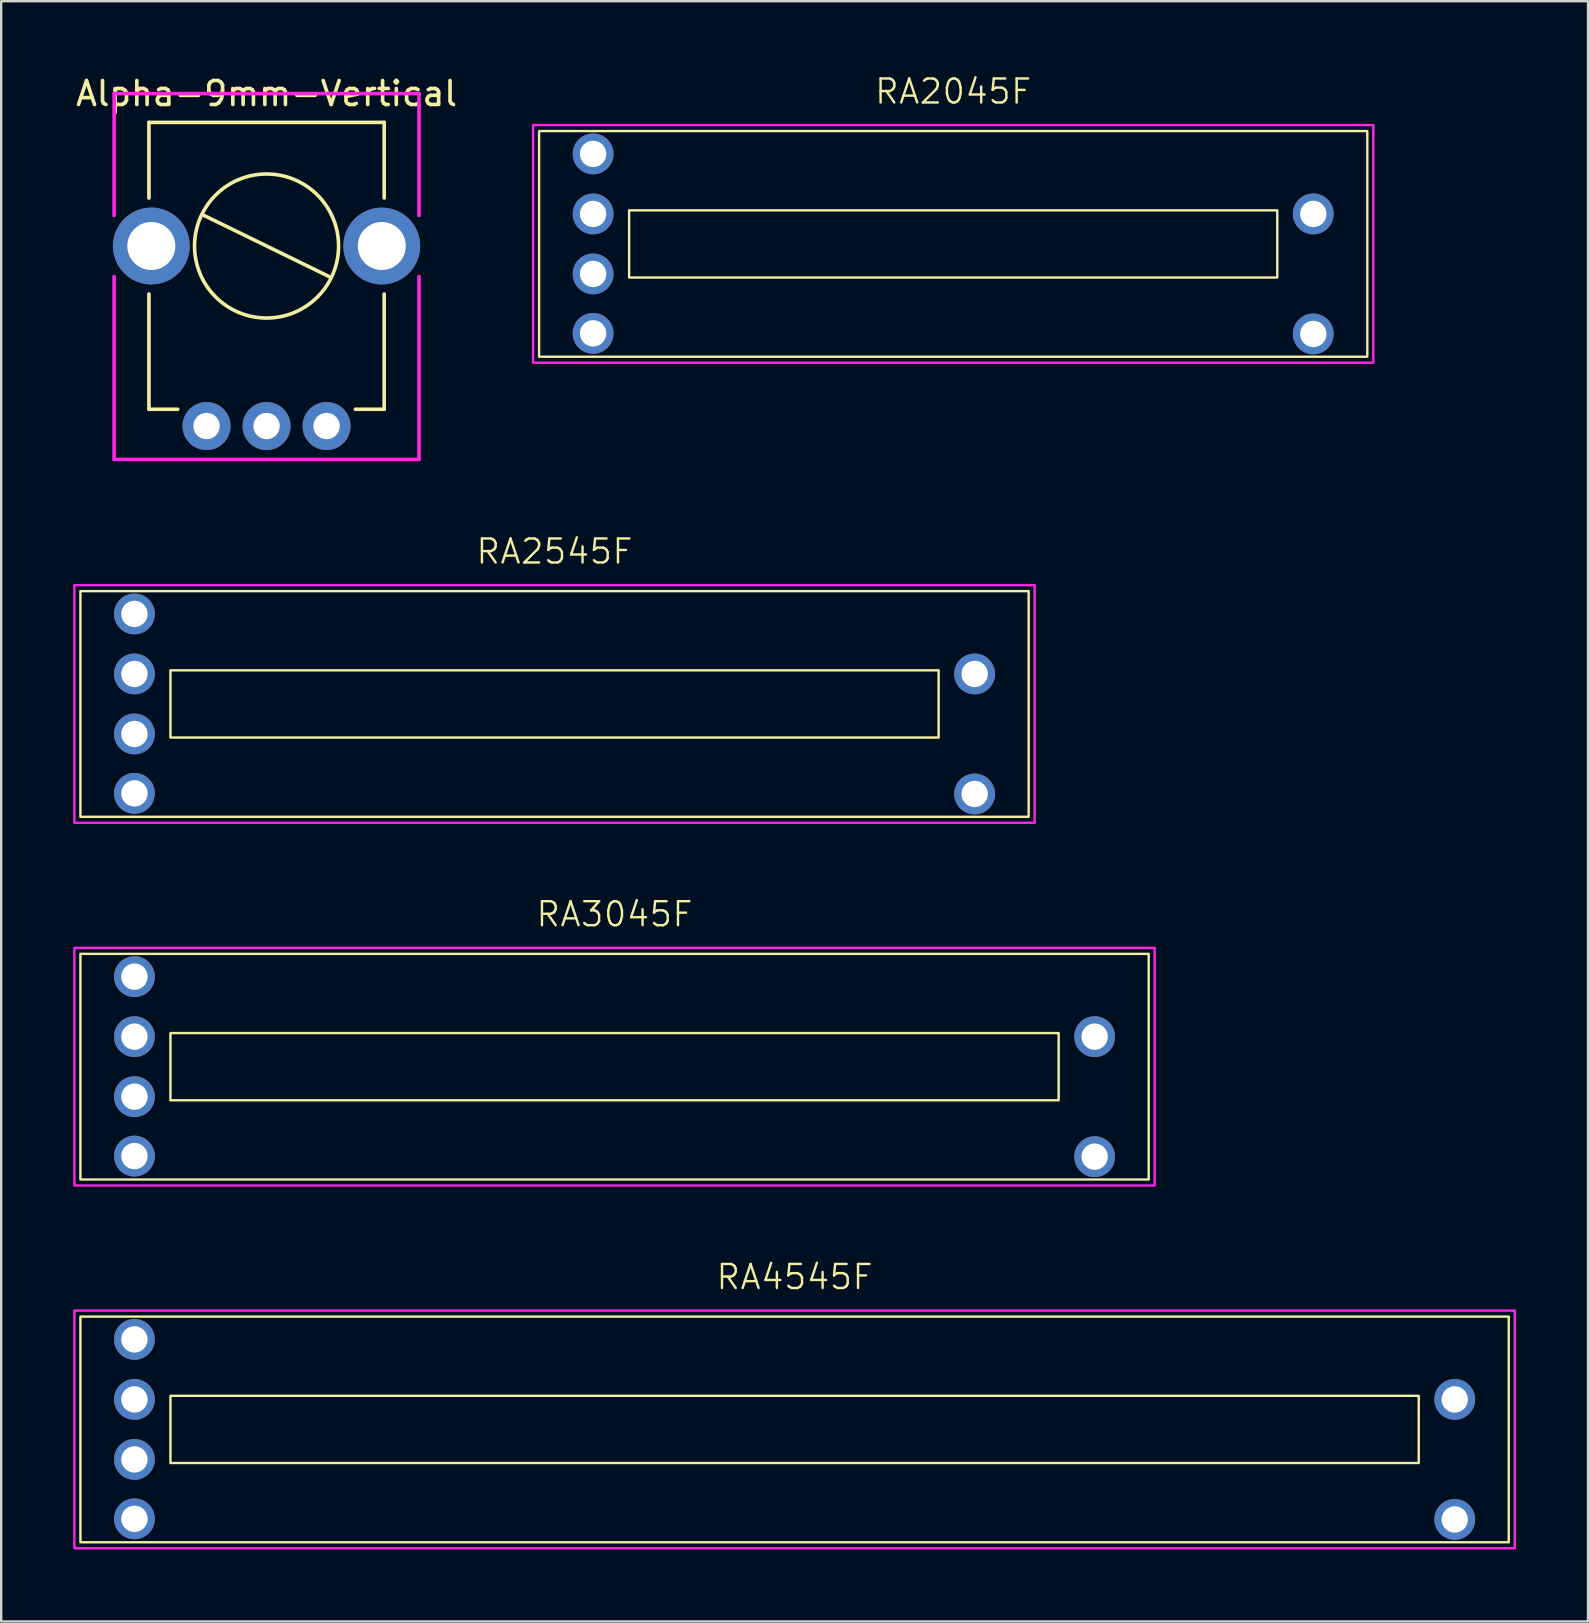
<source format=kicad_pcb>
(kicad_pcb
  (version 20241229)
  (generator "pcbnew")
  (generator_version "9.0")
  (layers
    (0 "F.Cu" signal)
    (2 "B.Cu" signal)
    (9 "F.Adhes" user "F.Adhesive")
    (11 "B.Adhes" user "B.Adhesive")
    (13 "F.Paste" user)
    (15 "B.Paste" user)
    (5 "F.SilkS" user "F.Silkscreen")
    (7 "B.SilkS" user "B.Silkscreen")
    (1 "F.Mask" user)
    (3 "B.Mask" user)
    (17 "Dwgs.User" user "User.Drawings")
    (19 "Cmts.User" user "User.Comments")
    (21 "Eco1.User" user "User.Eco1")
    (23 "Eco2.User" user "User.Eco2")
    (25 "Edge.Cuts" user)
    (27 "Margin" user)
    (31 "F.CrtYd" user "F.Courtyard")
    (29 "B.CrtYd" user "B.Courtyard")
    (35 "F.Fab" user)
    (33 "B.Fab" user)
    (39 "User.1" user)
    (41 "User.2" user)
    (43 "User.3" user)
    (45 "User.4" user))
  (footprint "RA3045F"
    (layer "F.Cu")
    (at 22.55 41.384)
    (property "Reference" "RA3045F" (at 0 -6.35 0) (unlocked yes) (layer "F.SilkS") (effects (font (size 1 1) (thickness 0.1))))
    (attr through_hole)
    (fp_rect (start -22.25 -4.7) (end 22.25 4.7) (stroke (width 0.1) (type default)) (fill no) (layer "F.SilkS"))
    (fp_rect (start -18.5 -1.4) (end 18.5 1.4) (stroke (width 0.1) (type default)) (fill no) (layer "F.SilkS"))
    (fp_rect (start -22.5 -4.95) (end 22.5 4.95) (stroke (width 0.1) (type default)) (fill no) (layer "F.CrtYd"))
    (pad "1" thru_hole circle (at -20 -1.25) (size 1.7 1.7) (drill 1.1) (layers "*.Cu" "*.Mask"))
    (pad "2" thru_hole circle (at -20 -3.75) (size 1.7 1.7) (drill 1.1) (layers "*.Cu" "*.Mask"))
    (pad "3" thru_hole circle (at 20 -1.25) (size 1.7 1.7) (drill 1.1) (layers "*.Cu" "*.Mask"))
    (pad "B" thru_hole circle (at 20 3.75) (size 1.7 1.7) (drill 1.1) (layers "*.Cu" "*.Mask"))
    (pad "E" thru_hole circle (at -20 3.725) (size 1.7 1.7) (drill 1.1) (layers "*.Cu" "*.Mask"))
    (pad "L" thru_hole circle (at -20 1.25) (size 1.7 1.7) (drill 1.1) (layers "*.Cu" "*.Mask")))
  (footprint "RA2545F"
    (layer "F.Cu")
    (at 20.05 26.274)
    (property "Reference" "RA2545F" (at 0 -6.35 0) (unlocked yes) (layer "F.SilkS") (effects (font (size 1 1) (thickness 0.1))))
    (attr through_hole)
    (fp_rect (start -19.75 -4.7) (end 19.75 4.7) (stroke (width 0.1) (type default)) (fill no) (layer "F.SilkS"))
    (fp_rect (start -16 -1.4) (end 16 1.4) (stroke (width 0.1) (type default)) (fill no) (layer "F.SilkS"))
    (fp_rect (start -20 -4.95) (end 20 4.95) (stroke (width 0.1) (type default)) (fill no) (layer "F.CrtYd"))
    (pad "1" thru_hole circle (at -17.5 -1.25) (size 1.7 1.7) (drill 1.1) (layers "*.Cu" "*.Mask"))
    (pad "2" thru_hole circle (at -17.5 -3.75) (size 1.7 1.7) (drill 1.1) (layers "*.Cu" "*.Mask"))
    (pad "3" thru_hole circle (at 17.5 -1.25) (size 1.7 1.7) (drill 1.1) (layers "*.Cu" "*.Mask"))
    (pad "B" thru_hole circle (at 17.5 3.75) (size 1.7 1.7) (drill 1.1) (layers "*.Cu" "*.Mask"))
    (pad "E" thru_hole circle (at -17.5 3.725) (size 1.7 1.7) (drill 1.1) (layers "*.Cu" "*.Mask"))
    (pad "L" thru_hole circle (at -17.5 1.25) (size 1.7 1.7) (drill 1.1) (layers "*.Cu" "*.Mask")))
  (footprint "Alpha-9mm-Vertical"
    (layer "F.Cu")
    (at 8.054 7.198)
    (property "Reference" "Alpha-9mm-Vertical" (at 0 -6.35 0) (layer "F.SilkS") (effects (font (size 1 1) (thickness 0.15))))
    (attr through_hole)
    (fp_line (start -4.9 -5.15) (end 4.9 -5.15) (stroke (width 0.15) (type solid)) (layer "F.SilkS"))
    (fp_line (start -4.9 -2) (end -4.9 -5.15) (stroke (width 0.15) (type solid)) (layer "F.SilkS"))
    (fp_line (start -4.9 2) (end -4.9 6.8) (stroke (width 0.15) (type solid)) (layer "F.SilkS"))
    (fp_line (start -4.9 6.8) (end -3.7 6.8) (stroke (width 0.15) (type solid)) (layer "F.SilkS"))
    (fp_line (start -2.6 -1.27) (end 2.6 1.27) (stroke (width 0.15) (type solid)) (layer "F.SilkS"))
    (fp_line (start 3.7 6.8) (end 4.9 6.8) (stroke (width 0.15) (type solid)) (layer "F.SilkS"))
    (fp_line (start 4.9 -5.15) (end 4.9 -2) (stroke (width 0.15) (type solid)) (layer "F.SilkS"))
    (fp_line (start 4.9 6.8) (end 4.9 2) (stroke (width 0.15) (type solid)) (layer "F.SilkS"))
    (fp_circle (center 0 0) (end 3 0) (stroke (width 0.15) (type solid)) (fill no) (layer "F.SilkS"))
    (fp_line (start -6.35 -6.35) (end 6.35 -6.35) (stroke (width 0.15) (type solid)) (layer "F.CrtYd"))
    (fp_line (start -6.35 -1.27) (end -6.35 -6.35) (stroke (width 0.15) (type solid)) (layer "F.CrtYd"))
    (fp_line (start -6.35 1.27) (end -6.35 8.89) (stroke (width 0.15) (type solid)) (layer "F.CrtYd"))
    (fp_line (start -6.35 8.89) (end 6.35 8.89) (stroke (width 0.15) (type solid)) (layer "F.CrtYd"))
    (fp_line (start 6.35 -6.35) (end 6.35 -1.27) (stroke (width 0.15) (type solid)) (layer "F.CrtYd"))
    (fp_line (start 6.35 8.89) (end 6.35 1.27) (stroke (width 0.15) (type solid)) (layer "F.CrtYd"))
    (pad "" np_thru_hole circle (at -4.8 0) (size 3.2 3.2) (drill 2) (layers "*.Cu" "*.Mask"))
    (pad "" np_thru_hole circle (at 4.8 0) (size 3.2 3.2) (drill 2) (layers "*.Cu" "*.Mask"))
    (pad "1" thru_hole circle (at -2.5 7.5) (size 2 2) (drill 1.1) (layers "*.Cu" "*.Mask"))
    (pad "2" thru_hole circle (at 0 7.5) (size 2 2) (drill 1.1) (layers "*.Cu" "*.Mask"))
    (pad "3" thru_hole circle (at 2.5 7.5) (size 2 2) (drill 1.1) (layers "*.Cu" "*.Mask")))
  (footprint "RA2045F"
    (layer "F.Cu")
    (at 36.657 7.111)
    (property "Reference" "RA2045F" (at 0 -6.35 0) (unlocked yes) (layer "F.SilkS") (effects (font (size 1 1) (thickness 0.1))))
    (attr through_hole)
    (fp_rect (start -17.25 -4.7) (end 17.25 4.7) (stroke (width 0.1) (type default)) (fill no) (layer "F.SilkS"))
    (fp_rect (start -13.5 -1.4) (end 13.5 1.4) (stroke (width 0.1) (type default)) (fill no) (layer "F.SilkS"))
    (fp_rect (start -17.5 -4.95) (end 17.5 4.95) (stroke (width 0.1) (type default)) (fill no) (layer "F.CrtYd"))
    (pad "1" thru_hole circle (at -15 -1.25) (size 1.7 1.7) (drill 1.1) (layers "*.Cu" "*.Mask"))
    (pad "2" thru_hole circle (at -15 -3.75) (size 1.7 1.7) (drill 1.1) (layers "*.Cu" "*.Mask"))
    (pad "3" thru_hole circle (at 15 -1.25) (size 1.7 1.7) (drill 1.1) (layers "*.Cu" "*.Mask"))
    (pad "B" thru_hole circle (at 15 3.75) (size 1.7 1.7) (drill 1.1) (layers "*.Cu" "*.Mask"))
    (pad "E" thru_hole circle (at -15 3.725) (size 1.7 1.7) (drill 1.1) (layers "*.Cu" "*.Mask"))
    (pad "L" thru_hole circle (at -15 1.25) (size 1.7 1.7) (drill 1.1) (layers "*.Cu" "*.Mask")))
  (footprint "RA4545F"
    (layer "F.Cu")
    (at 30.05 56.495)
    (property "Reference" "RA4545F" (at 0 -6.35 0) (unlocked yes) (layer "F.SilkS") (effects (font (size 1 1) (thickness 0.1))))
    (attr through_hole)
    (fp_rect (start -29.75 -4.7) (end 29.75 4.7) (stroke (width 0.1) (type default)) (fill no) (layer "F.SilkS"))
    (fp_rect (start -26 -1.4) (end 26 1.4) (stroke (width 0.1) (type default)) (fill no) (layer "F.SilkS"))
    (fp_rect (start -30 -4.95) (end 30 4.95) (stroke (width 0.1) (type default)) (fill no) (layer "F.CrtYd"))
    (pad "1" thru_hole circle (at -27.5 -1.25) (size 1.7 1.7) (drill 1.1) (layers "*.Cu" "*.Mask"))
    (pad "2" thru_hole circle (at -27.5 -3.75) (size 1.7 1.7) (drill 1.1) (layers "*.Cu" "*.Mask"))
    (pad "3" thru_hole circle (at 27.5 -1.25) (size 1.7 1.7) (drill 1.1) (layers "*.Cu" "*.Mask"))
    (pad "B" thru_hole circle (at 27.5 3.75) (size 1.7 1.7) (drill 1.1) (layers "*.Cu" "*.Mask"))
    (pad "E" thru_hole circle (at -27.5 3.725) (size 1.7 1.7) (drill 1.1) (layers "*.Cu" "*.Mask"))
    (pad "L" thru_hole circle (at -27.5 1.25) (size 1.7 1.7) (drill 1.1) (layers "*.Cu" "*.Mask")))
  (gr_rect
    (start -3 -3)
    (end 63.1 64.495)
    (stroke (width 0.1) (type default))
    (fill no)
    (layer "Edge.Cuts")))
</source>
